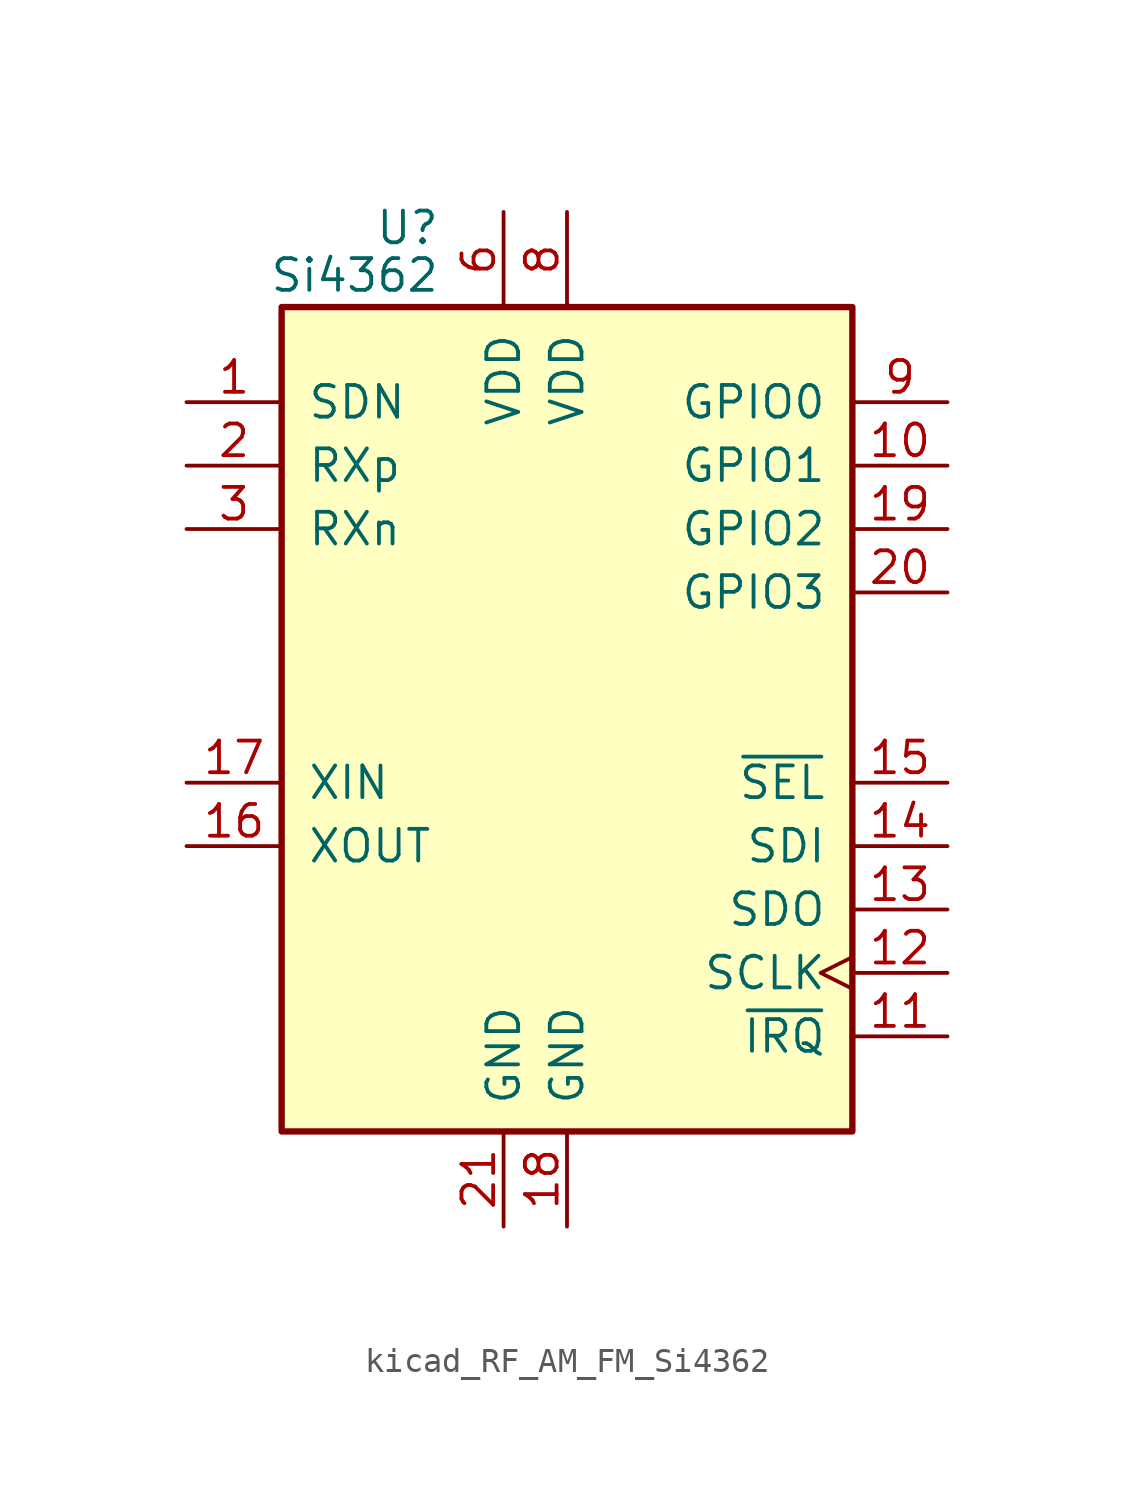
<source format=kicad_sym>
(kicad_symbol_lib
  (version 20220914)
  (generator kicad_symbol_editor)
  (symbol "kicad_RF_AM_FM_Si4362"
    (pin_names
      (offset 1.016))
    (property "Reference" "U"
      (at -5.08 19.685 0)
      (effects (font (size 1.27 1.27)) (justify right)))
    (property "Value" "Si4362"
      (at -5.08 17.78 0)
      (effects (font (size 1.27 1.27)) (justify right)))
    (symbol "kicad_RF_AM_FM_Si4362_0_1"
      (rectangle (start -11.43 16.51) (end 11.43 -16.51) (stroke (width 0.254) (type default)) (fill (type background))))
    (symbol "kicad_RF_AM_FM_Si4362_1_1"
      (pin input line (at -15.24 12.7 0) (length 3.81) (name "SDN" (effects (font (size 1.27 1.27)))) (number "1" (effects (font (size 1.27 1.27)))))
      (pin bidirectional line (at 15.24 10.16 180) (length 3.81) (name "GPIO1" (effects (font (size 1.27 1.27)))) (number "10" (effects (font (size 1.27 1.27)))))
      (pin output line (at 15.24 -12.7 180) (length 3.81) (name "~{IRQ}" (effects (font (size 1.27 1.27)))) (number "11" (effects (font (size 1.27 1.27)))))
      (pin input clock (at 15.24 -10.16 180) (length 3.81) (name "SCLK" (effects (font (size 1.27 1.27)))) (number "12" (effects (font (size 1.27 1.27)))))
      (pin output line (at 15.24 -7.62 180) (length 3.81) (name "SDO" (effects (font (size 1.27 1.27)))) (number "13" (effects (font (size 1.27 1.27)))))
      (pin input line (at 15.24 -5.08 180) (length 3.81) (name "SDI" (effects (font (size 1.27 1.27)))) (number "14" (effects (font (size 1.27 1.27)))))
      (pin input line (at 15.24 -2.54 180) (length 3.81) (name "~{SEL}" (effects (font (size 1.27 1.27)))) (number "15" (effects (font (size 1.27 1.27)))))
      (pin output line (at -15.24 -5.08 0) (length 3.81) (name "XOUT" (effects (font (size 1.27 1.27)))) (number "16" (effects (font (size 1.27 1.27)))))
      (pin input line (at -15.24 -2.54 0) (length 3.81) (name "XIN" (effects (font (size 1.27 1.27)))) (number "17" (effects (font (size 1.27 1.27)))))
      (pin power_in line (at 0 -20.32 90) (length 3.81) (name "GND" (effects (font (size 1.27 1.27)))) (number "18" (effects (font (size 1.27 1.27)))))
      (pin bidirectional line (at 15.24 7.62 180) (length 3.81) (name "GPIO2" (effects (font (size 1.27 1.27)))) (number "19" (effects (font (size 1.27 1.27)))))
      (pin input line (at -15.24 10.16 0) (length 3.81) (name "RXp" (effects (font (size 1.27 1.27)))) (number "2" (effects (font (size 1.27 1.27)))))
      (pin bidirectional line (at 15.24 5.08 180) (length 3.81) (name "GPIO3" (effects (font (size 1.27 1.27)))) (number "20" (effects (font (size 1.27 1.27)))))
      (pin power_in line (at -2.54 -20.32 90) (length 3.81) (name "GND" (effects (font (size 1.27 1.27)))) (number "21" (effects (font (size 1.27 1.27)))))
      (pin input line (at -15.24 7.62 0) (length 3.81) (name "RXn" (effects (font (size 1.27 1.27)))) (number "3" (effects (font (size 1.27 1.27)))))
      (pin no_connect line (at 2.54 -16.51 90) (length 3.81) hide (name "NC" (effects (font (size 1.27 1.27)))) (number "4" (effects (font (size 1.27 1.27)))))
      (pin no_connect line (at 5.08 -16.51 90) (length 3.81) hide (name "NC" (effects (font (size 1.27 1.27)))) (number "5" (effects (font (size 1.27 1.27)))))
      (pin power_in line (at -2.54 20.32 270) (length 3.81) (name "VDD" (effects (font (size 1.27 1.27)))) (number "6" (effects (font (size 1.27 1.27)))))
      (pin no_connect line (at 7.62 -16.51 90) (length 3.81) hide (name "NC" (effects (font (size 1.27 1.27)))) (number "7" (effects (font (size 1.27 1.27)))))
      (pin power_in line (at 0 20.32 270) (length 3.81) (name "VDD" (effects (font (size 1.27 1.27)))) (number "8" (effects (font (size 1.27 1.27)))))
      (pin bidirectional line (at 15.24 12.7 180) (length 3.81) (name "GPIO0" (effects (font (size 1.27 1.27)))) (number "9" (effects (font (size 1.27 1.27))))))))
</source>
